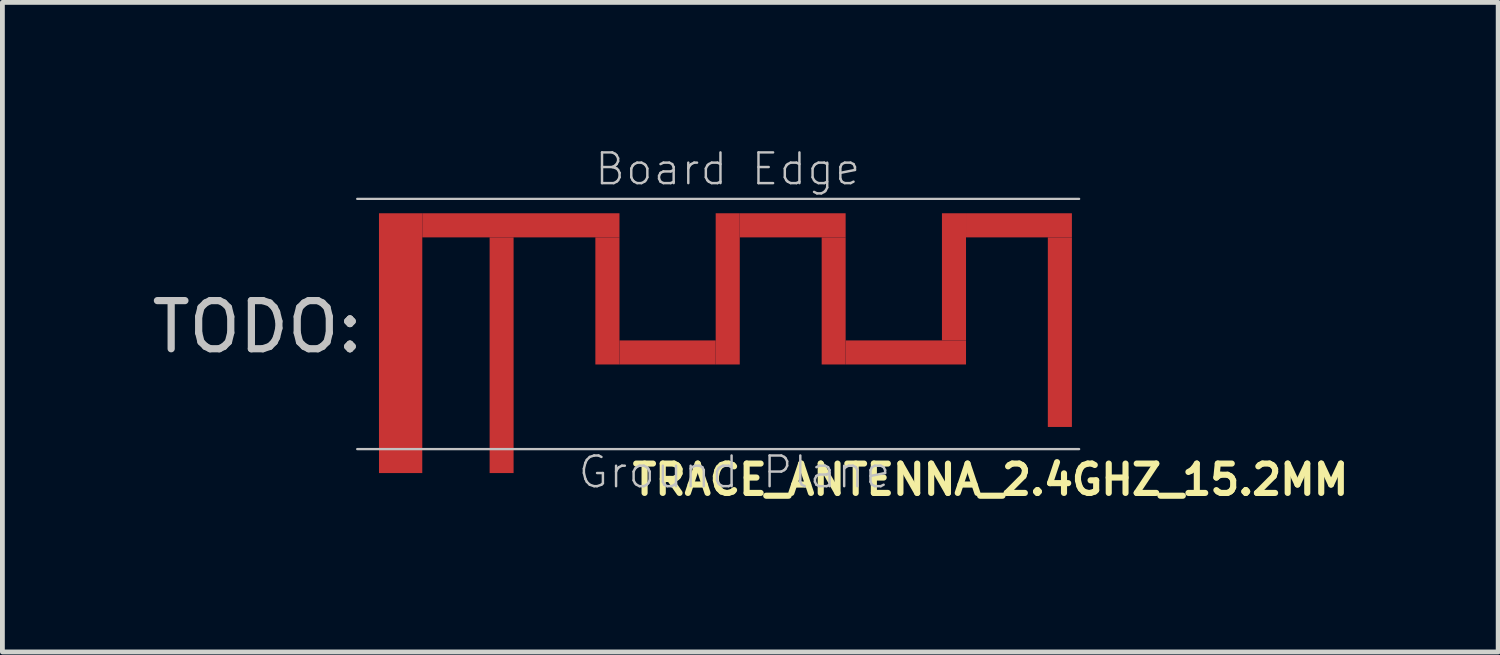
<source format=kicad_pcb>
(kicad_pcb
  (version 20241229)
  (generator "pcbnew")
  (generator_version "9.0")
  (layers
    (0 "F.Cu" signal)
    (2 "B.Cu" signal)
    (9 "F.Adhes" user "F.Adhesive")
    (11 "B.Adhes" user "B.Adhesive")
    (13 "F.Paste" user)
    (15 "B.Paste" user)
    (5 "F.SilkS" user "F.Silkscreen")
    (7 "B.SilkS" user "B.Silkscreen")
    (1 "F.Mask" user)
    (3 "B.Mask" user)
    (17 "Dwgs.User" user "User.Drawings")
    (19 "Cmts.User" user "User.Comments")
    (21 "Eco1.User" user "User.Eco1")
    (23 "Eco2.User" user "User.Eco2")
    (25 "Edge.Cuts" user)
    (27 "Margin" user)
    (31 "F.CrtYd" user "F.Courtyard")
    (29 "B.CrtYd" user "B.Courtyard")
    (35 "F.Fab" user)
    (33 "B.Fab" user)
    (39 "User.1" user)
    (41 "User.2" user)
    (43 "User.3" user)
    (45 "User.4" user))
  (footprint "TRACE_ANTENNA_2.4GHZ_15.2MM"
    (layer "F.Cu")
    (at 7.372 6.281)
    (property "Reference" "TRACE_ANTENNA_2.4GHZ_15.2MM" (at 10.16 0.635 0) (layer "F.SilkS") (effects (font (size 0.61 0.61) (thickness 0.127))))
    (attr smd)
    (fp_rect (start -2.548 -4.9) (end -1.648 0) (stroke (width 0) (type solid)) (fill yes) (layer "F.Cu"))
    (fp_rect (start -1.648 -4.399) (end 2.449 -4.9) (stroke (width 0) (type solid)) (fill yes) (layer "F.Cu"))
    (fp_rect (start -0.249 0) (end 0.249 -4.399) (stroke (width 0) (type solid)) (fill yes) (layer "F.Cu"))
    (fp_rect (start 2.449 -2.258) (end 4.448 -1.758) (stroke (width 0) (type solid)) (fill yes) (layer "F.Cu"))
    (fp_rect (start 2.449 -1.758) (end 1.948 -4.399) (stroke (width 0) (type solid)) (fill yes) (layer "F.Cu"))
    (fp_rect (start 4.948 -1.758) (end 4.448 -4.9) (stroke (width 0) (type solid)) (fill yes) (layer "F.Cu"))
    (fp_rect (start 7.148 -4.9) (end 4.948 -4.399) (stroke (width 0) (type solid)) (fill yes) (layer "F.Cu"))
    (fp_rect (start 7.148 -1.758) (end 6.65 -4.399) (stroke (width 0) (type solid)) (fill yes) (layer "F.Cu"))
    (fp_rect (start 9.149 -2.258) (end 9.649 -4.9) (stroke (width 0) (type solid)) (fill yes) (layer "F.Cu"))
    (fp_rect (start 9.649 -1.758) (end 7.148 -2.258) (stroke (width 0) (type solid)) (fill yes) (layer "F.Cu"))
    (fp_rect (start 11.849 -4.9) (end 9.649 -4.399) (stroke (width 0) (type solid)) (fill yes) (layer "F.Cu"))
    (fp_rect (start 11.849 -0.46) (end 11.349 -4.399) (stroke (width 0) (type solid)) (fill yes) (layer "F.Cu"))
    (fp_line (start -3 -5.199) (end 11.999 -5.199) (stroke (width 0.048) (type solid)) (layer "Dwgs.User"))
    (fp_line (start -3 0) (end 11.999 0) (stroke (width 0.048) (type solid)) (layer "Dwgs.User"))
    (fp_text user "Ground Plane" (at 4.839 0.478 0) (layer "Dwgs.User") (effects (font (size 0.638 0.638) (thickness 0.051))))
    (fp_text user "Board Edge" (at 4.699 -5.819 0) (layer "Dwgs.User") (effects (font (size 0.638 0.638) (thickness 0.051))))
    (fp_text user "TODO:" (at -5.08 -2.54 0) (layer "Dwgs.User") (effects (font (size 1 1) (thickness 0.15))))
    (pad "1" smd rect (at 0 0.249) (size 0.498 0.498) (layers "F.Cu"))
    (pad "2" smd rect (at -2.098 0.249) (size 0.899 0.498) (layers "F.Cu")))
  (gr_rect
    (start -3 -3)
    (end 28.078 10.496)
    (stroke (width 0.1) (type default))
    (fill no)
    (layer "Edge.Cuts")))
</source>
